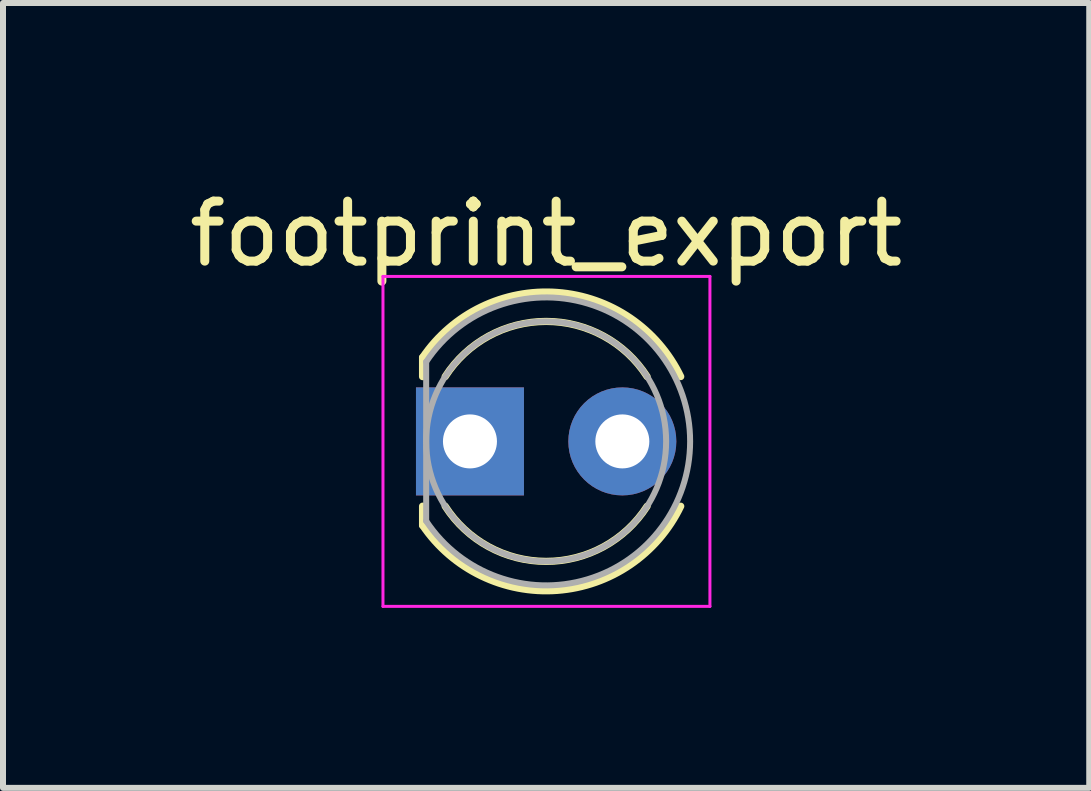
<source format=kicad_pcb>
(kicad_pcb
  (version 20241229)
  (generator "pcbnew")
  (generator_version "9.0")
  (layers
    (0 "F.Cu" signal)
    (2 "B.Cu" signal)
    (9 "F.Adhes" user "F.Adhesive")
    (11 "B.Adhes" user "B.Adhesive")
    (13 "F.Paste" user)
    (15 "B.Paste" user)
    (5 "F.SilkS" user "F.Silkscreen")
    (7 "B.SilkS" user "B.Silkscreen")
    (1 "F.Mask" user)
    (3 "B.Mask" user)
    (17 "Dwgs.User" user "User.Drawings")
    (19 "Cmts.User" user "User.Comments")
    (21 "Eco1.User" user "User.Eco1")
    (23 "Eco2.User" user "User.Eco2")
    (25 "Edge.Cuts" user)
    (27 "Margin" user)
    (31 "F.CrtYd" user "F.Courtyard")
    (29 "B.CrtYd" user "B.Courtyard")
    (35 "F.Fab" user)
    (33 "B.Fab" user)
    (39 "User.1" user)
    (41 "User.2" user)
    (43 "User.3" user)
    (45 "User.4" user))
  (footprint "footprint_export"
    (layer "F.Cu")
    (at 4.784 4.308)
    (property "Reference" "footprint_export" (at 1.27 -3.46 0) (layer "F.SilkS") (effects (font (size 1 1) (thickness 0.15))))
    (attr through_hole)
    (fp_line (start -0.79 -1.399) (end -0.79 -1.08) (stroke (width 0.12) (type solid)) (layer "F.SilkS"))
    (fp_line (start -0.79 1.08) (end -0.79 1.399) (stroke (width 0.12) (type solid)) (layer "F.SilkS"))
    (fp_arc (start -0.79 -1.398749) (mid 1.453519 -2.483228) (end 3.513242 -1.080724) (stroke (width 0.12) (type solid)) (layer "F.SilkS"))
    (fp_arc (start -0.41333 -1.08) (mid 1.269429 -2) (end 2.952713 -1.080961) (stroke (width 0.12) (type solid)) (layer "F.SilkS"))
    (fp_arc (start 2.952713 1.080961) (mid 1.269429 2) (end -0.41333 1.08) (stroke (width 0.12) (type solid)) (layer "F.SilkS"))
    (fp_arc (start 3.513242 1.080724) (mid 1.453519 2.483228) (end -0.79 1.398749) (stroke (width 0.12) (type solid)) (layer "F.SilkS"))
    (fp_line (start -1.45 -2.75) (end -1.45 2.75) (stroke (width 0.05) (type solid)) (layer "F.CrtYd"))
    (fp_line (start -1.45 2.75) (end 4 2.75) (stroke (width 0.05) (type solid)) (layer "F.CrtYd"))
    (fp_line (start 4 -2.75) (end -1.45 -2.75) (stroke (width 0.05) (type solid)) (layer "F.CrtYd"))
    (fp_line (start 4 2.75) (end 4 -2.75) (stroke (width 0.05) (type solid)) (layer "F.CrtYd"))
    (fp_line (start -0.73 -1.327) (end -0.73 1.327) (stroke (width 0.1) (type solid)) (layer "F.Fab"))
    (fp_arc (start -0.73 -1.32665) (mid 3.67 0.000306) (end -0.730339 1.32614) (stroke (width 0.1) (type solid)) (layer "F.Fab"))
    (fp_circle (center 1.27 0) (end 3.27 0) (stroke (width 0.1) (type solid)) (fill no) (layer "F.Fab"))
    (pad "1" thru_hole rect (at 0 0) (size 1.8 1.8) (drill 0.9) (layers "*.Cu" "*.Mask"))
    (pad "2" thru_hole circle (at 2.54 0) (size 1.8 1.8) (drill 0.9) (layers "*.Cu" "*.Mask")))
  (gr_rect
    (start -3 -3)
    (end 15.107 10.083)
    (stroke (width 0.1) (type default))
    (fill no)
    (layer "Edge.Cuts")))
</source>
